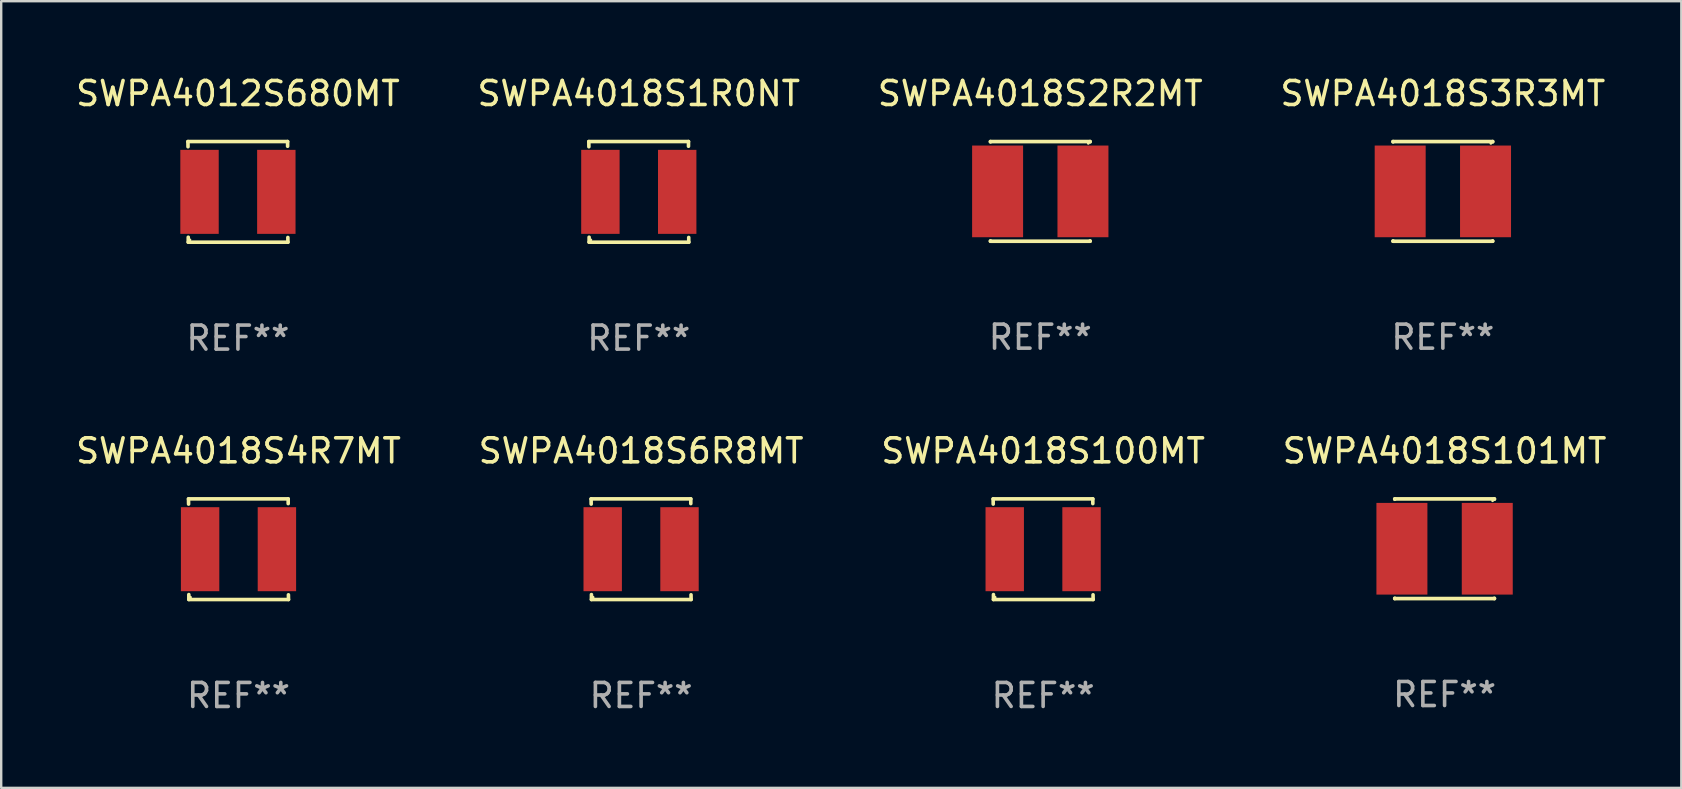
<source format=kicad_pcb>
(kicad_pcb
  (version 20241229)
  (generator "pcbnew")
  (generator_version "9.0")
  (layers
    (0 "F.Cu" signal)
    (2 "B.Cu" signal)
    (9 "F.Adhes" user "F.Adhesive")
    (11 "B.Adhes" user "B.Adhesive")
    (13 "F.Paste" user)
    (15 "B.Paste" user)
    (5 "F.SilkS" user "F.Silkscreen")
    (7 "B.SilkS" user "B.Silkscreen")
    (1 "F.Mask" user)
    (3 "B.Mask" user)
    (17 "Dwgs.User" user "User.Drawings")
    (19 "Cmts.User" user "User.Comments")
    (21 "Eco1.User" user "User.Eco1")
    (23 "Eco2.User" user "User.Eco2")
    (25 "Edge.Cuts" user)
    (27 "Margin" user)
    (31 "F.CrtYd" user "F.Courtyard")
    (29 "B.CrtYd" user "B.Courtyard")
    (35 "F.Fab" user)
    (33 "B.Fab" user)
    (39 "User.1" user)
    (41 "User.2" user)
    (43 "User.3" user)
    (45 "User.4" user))
  (footprint "SWPA4018S6R8MT"
    (layer "F.Cu")
    (at 23.661 19.832)
    (property "Reference" "SWPA4018S6R8MT" (at 0 -4.096 0) (layer "F.SilkS") (effects (font (size 1 1) (thickness 0.15))))
    (attr through_hole)
    (fp_line (start -2.083 -2.096) (end -2.08 -1.88) (stroke (width 0.15) (type solid)) (layer "F.SilkS"))
    (fp_line (start -2.07 1.89) (end -2.07 2.096) (stroke (width 0.15) (type solid)) (layer "F.SilkS"))
    (fp_line (start -2.07 2.096) (end 2.083 2.096) (stroke (width 0.15) (type solid)) (layer "F.SilkS"))
    (fp_line (start 2.07 -1.9) (end 2.07 -2.096) (stroke (width 0.15) (type solid)) (layer "F.SilkS"))
    (fp_line (start 2.07 -2.096) (end -2.083 -2.096) (stroke (width 0.15) (type solid)) (layer "F.SilkS"))
    (fp_line (start 2.083 2.096) (end 2.08 1.9) (stroke (width 0.15) (type solid)) (layer "F.SilkS"))
    (fp_circle (center -2 2) (end -1.97 2) (stroke (width 0.06) (type solid)) (fill no) (layer "F.SilkS"))
    (fp_text user "REF**" (at 0 6.096 0) (layer "F.Fab") (effects (font (size 1 1) (thickness 0.15))))
    (pad "1" smd rect (at -1.6 -0.000343) (size 1.6 3.5) (layers "F.Cu" "F.Mask" "F.Paste"))
    (pad "2" smd rect (at 1.6 -0.000343) (size 1.6 3.5) (layers "F.Cu" "F.Mask" "F.Paste")))
  (footprint "SWPA4018S101MT"
    (layer "F.Cu")
    (at 57.137 19.813)
    (property "Reference" "SWPA4018S101MT" (at 0 -4.076 0) (layer "F.SilkS") (effects (font (size 1 1) (thickness 0.15))))
    (attr through_hole)
    (fp_line (start -2.076 -2.076) (end 2.076 -2.076) (stroke (width 0.152) (type solid)) (layer "F.SilkS"))
    (fp_line (start -2.076 -2.062) (end -2.076 -2.076) (stroke (width 0.152) (type solid)) (layer "F.SilkS"))
    (fp_line (start -2.076 2.062) (end -2.076 2.076) (stroke (width 0.152) (type solid)) (layer "F.SilkS"))
    (fp_line (start -2.076 2.076) (end 2.076 2.076) (stroke (width 0.152) (type solid)) (layer "F.SilkS"))
    (fp_line (start 2.076 -2.076) (end 2.076 -2.062) (stroke (width 0.152) (type solid)) (layer "F.SilkS"))
    (fp_line (start 2.076 2.076) (end 2.076 2.062) (stroke (width 0.152) (type solid)) (layer "F.SilkS"))
    (fp_circle (center 2 -2) (end 2.03 -2) (stroke (width 0.06) (type solid)) (fill no) (layer "F.SilkS"))
    (fp_text user "REF**" (at 0 6.076 0) (layer "F.Fab") (effects (font (size 1 1) (thickness 0.15))))
    (pad "1" smd rect (at 1.778 0) (size 2.124 3.82) (layers "F.Cu" "F.Mask" "F.Paste"))
    (pad "2" smd rect (at -1.778 0) (size 2.124 3.82) (layers "F.Cu" "F.Mask" "F.Paste")))
  (footprint "SWPA4012S680MT"
    (layer "F.Cu")
    (at 6.863 4.944)
    (property "Reference" "SWPA4012S680MT" (at 0 -4.096 0) (layer "F.SilkS") (effects (font (size 1 1) (thickness 0.15))))
    (attr through_hole)
    (fp_line (start -2.083 -2.096) (end -2.08 -1.88) (stroke (width 0.15) (type solid)) (layer "F.SilkS"))
    (fp_line (start -2.07 1.89) (end -2.07 2.096) (stroke (width 0.15) (type solid)) (layer "F.SilkS"))
    (fp_line (start -2.07 2.096) (end 2.083 2.096) (stroke (width 0.15) (type solid)) (layer "F.SilkS"))
    (fp_line (start 2.07 -1.9) (end 2.07 -2.096) (stroke (width 0.15) (type solid)) (layer "F.SilkS"))
    (fp_line (start 2.07 -2.096) (end -2.083 -2.096) (stroke (width 0.15) (type solid)) (layer "F.SilkS"))
    (fp_line (start 2.083 2.096) (end 2.08 1.9) (stroke (width 0.15) (type solid)) (layer "F.SilkS"))
    (fp_circle (center -2 2) (end -1.97 2) (stroke (width 0.06) (type solid)) (fill no) (layer "F.SilkS"))
    (fp_text user "REF**" (at 0 6.096 0) (layer "F.Fab") (effects (font (size 1 1) (thickness 0.15))))
    (pad "1" smd rect (at -1.6 -0.000343) (size 1.6 3.5) (layers "F.Cu" "F.Mask" "F.Paste"))
    (pad "2" smd rect (at 1.6 -0.000343) (size 1.6 3.5) (layers "F.Cu" "F.Mask" "F.Paste")))
  (footprint "SWPA4018S1R0NT"
    (layer "F.Cu")
    (at 23.565 4.944)
    (property "Reference" "SWPA4018S1R0NT" (at 0 -4.096 0) (layer "F.SilkS") (effects (font (size 1 1) (thickness 0.15))))
    (attr through_hole)
    (fp_line (start -2.083 -2.096) (end -2.08 -1.88) (stroke (width 0.15) (type solid)) (layer "F.SilkS"))
    (fp_line (start -2.07 1.89) (end -2.07 2.096) (stroke (width 0.15) (type solid)) (layer "F.SilkS"))
    (fp_line (start -2.07 2.096) (end 2.083 2.096) (stroke (width 0.15) (type solid)) (layer "F.SilkS"))
    (fp_line (start 2.07 -1.9) (end 2.07 -2.096) (stroke (width 0.15) (type solid)) (layer "F.SilkS"))
    (fp_line (start 2.07 -2.096) (end -2.083 -2.096) (stroke (width 0.15) (type solid)) (layer "F.SilkS"))
    (fp_line (start 2.083 2.096) (end 2.08 1.9) (stroke (width 0.15) (type solid)) (layer "F.SilkS"))
    (fp_circle (center -2 2) (end -1.97 2) (stroke (width 0.06) (type solid)) (fill no) (layer "F.SilkS"))
    (fp_text user "REF**" (at 0 6.096 0) (layer "F.Fab") (effects (font (size 1 1) (thickness 0.15))))
    (pad "1" smd rect (at -1.6 -0.000343) (size 1.6 3.5) (layers "F.Cu" "F.Mask" "F.Paste"))
    (pad "2" smd rect (at 1.6 -0.000343) (size 1.6 3.5) (layers "F.Cu" "F.Mask" "F.Paste")))
  (footprint "SWPA4018S4R7MT"
    (layer "F.Cu")
    (at 6.887 19.832)
    (property "Reference" "SWPA4018S4R7MT" (at 0 -4.096 0) (layer "F.SilkS") (effects (font (size 1 1) (thickness 0.15))))
    (attr through_hole)
    (fp_line (start -2.083 -2.096) (end -2.08 -1.88) (stroke (width 0.15) (type solid)) (layer "F.SilkS"))
    (fp_line (start -2.07 1.89) (end -2.07 2.096) (stroke (width 0.15) (type solid)) (layer "F.SilkS"))
    (fp_line (start -2.07 2.096) (end 2.083 2.096) (stroke (width 0.15) (type solid)) (layer "F.SilkS"))
    (fp_line (start 2.07 -1.9) (end 2.07 -2.096) (stroke (width 0.15) (type solid)) (layer "F.SilkS"))
    (fp_line (start 2.07 -2.096) (end -2.083 -2.096) (stroke (width 0.15) (type solid)) (layer "F.SilkS"))
    (fp_line (start 2.083 2.096) (end 2.08 1.9) (stroke (width 0.15) (type solid)) (layer "F.SilkS"))
    (fp_circle (center -2 2) (end -1.97 2) (stroke (width 0.06) (type solid)) (fill no) (layer "F.SilkS"))
    (fp_text user "REF**" (at 0 6.096 0) (layer "F.Fab") (effects (font (size 1 1) (thickness 0.15))))
    (pad "1" smd rect (at -1.6 -0.000343) (size 1.6 3.5) (layers "F.Cu" "F.Mask" "F.Paste"))
    (pad "2" smd rect (at 1.6 -0.000343) (size 1.6 3.5) (layers "F.Cu" "F.Mask" "F.Paste")))
  (footprint "SWPA4018S100MT"
    (layer "F.Cu")
    (at 40.411 19.832)
    (property "Reference" "SWPA4018S100MT" (at 0 -4.096 0) (layer "F.SilkS") (effects (font (size 1 1) (thickness 0.15))))
    (attr through_hole)
    (fp_line (start -2.083 -2.096) (end -2.08 -1.88) (stroke (width 0.15) (type solid)) (layer "F.SilkS"))
    (fp_line (start -2.07 1.89) (end -2.07 2.096) (stroke (width 0.15) (type solid)) (layer "F.SilkS"))
    (fp_line (start -2.07 2.096) (end 2.083 2.096) (stroke (width 0.15) (type solid)) (layer "F.SilkS"))
    (fp_line (start 2.07 -1.9) (end 2.07 -2.096) (stroke (width 0.15) (type solid)) (layer "F.SilkS"))
    (fp_line (start 2.07 -2.096) (end -2.083 -2.096) (stroke (width 0.15) (type solid)) (layer "F.SilkS"))
    (fp_line (start 2.083 2.096) (end 2.08 1.9) (stroke (width 0.15) (type solid)) (layer "F.SilkS"))
    (fp_circle (center -2 2) (end -1.97 2) (stroke (width 0.06) (type solid)) (fill no) (layer "F.SilkS"))
    (fp_text user "REF**" (at 0 6.096 0) (layer "F.Fab") (effects (font (size 1 1) (thickness 0.15))))
    (pad "1" smd rect (at -1.6 -0.000343) (size 1.6 3.5) (layers "F.Cu" "F.Mask" "F.Paste"))
    (pad "2" smd rect (at 1.6 -0.000343) (size 1.6 3.5) (layers "F.Cu" "F.Mask" "F.Paste")))
  (footprint "SWPA4018S2R2MT"
    (layer "F.Cu")
    (at 40.292 4.924)
    (property "Reference" "SWPA4018S2R2MT" (at 0 -4.076 0) (layer "F.SilkS") (effects (font (size 1 1) (thickness 0.15))))
    (attr through_hole)
    (fp_line (start -2.076 -2.076) (end 2.076 -2.076) (stroke (width 0.152) (type solid)) (layer "F.SilkS"))
    (fp_line (start -2.076 -2.062) (end -2.076 -2.076) (stroke (width 0.152) (type solid)) (layer "F.SilkS"))
    (fp_line (start -2.076 2.062) (end -2.076 2.076) (stroke (width 0.152) (type solid)) (layer "F.SilkS"))
    (fp_line (start -2.076 2.076) (end 2.076 2.076) (stroke (width 0.152) (type solid)) (layer "F.SilkS"))
    (fp_line (start 2.076 -2.076) (end 2.076 -2.062) (stroke (width 0.152) (type solid)) (layer "F.SilkS"))
    (fp_line (start 2.076 2.076) (end 2.076 2.062) (stroke (width 0.152) (type solid)) (layer "F.SilkS"))
    (fp_circle (center 2 -2) (end 2.03 -2) (stroke (width 0.06) (type solid)) (fill no) (layer "F.SilkS"))
    (fp_text user "REF**" (at 0 6.076 0) (layer "F.Fab") (effects (font (size 1 1) (thickness 0.15))))
    (pad "1" smd rect (at 1.778 0) (size 2.124 3.82) (layers "F.Cu" "F.Mask" "F.Paste"))
    (pad "2" smd rect (at -1.778 0) (size 2.124 3.82) (layers "F.Cu" "F.Mask" "F.Paste")))
  (footprint "SWPA4018S3R3MT"
    (layer "F.Cu")
    (at 57.065 4.924)
    (property "Reference" "SWPA4018S3R3MT" (at 0 -4.076 0) (layer "F.SilkS") (effects (font (size 1 1) (thickness 0.15))))
    (attr through_hole)
    (fp_line (start -2.076 -2.076) (end 2.076 -2.076) (stroke (width 0.152) (type solid)) (layer "F.SilkS"))
    (fp_line (start -2.076 -2.062) (end -2.076 -2.076) (stroke (width 0.152) (type solid)) (layer "F.SilkS"))
    (fp_line (start -2.076 2.062) (end -2.076 2.076) (stroke (width 0.152) (type solid)) (layer "F.SilkS"))
    (fp_line (start -2.076 2.076) (end 2.076 2.076) (stroke (width 0.152) (type solid)) (layer "F.SilkS"))
    (fp_line (start 2.076 -2.076) (end 2.076 -2.062) (stroke (width 0.152) (type solid)) (layer "F.SilkS"))
    (fp_line (start 2.076 2.076) (end 2.076 2.062) (stroke (width 0.152) (type solid)) (layer "F.SilkS"))
    (fp_circle (center 2 -2) (end 2.03 -2) (stroke (width 0.06) (type solid)) (fill no) (layer "F.SilkS"))
    (fp_text user "REF**" (at 0 6.076 0) (layer "F.Fab") (effects (font (size 1 1) (thickness 0.15))))
    (pad "1" smd rect (at 1.778 0) (size 2.124 3.82) (layers "F.Cu" "F.Mask" "F.Paste"))
    (pad "2" smd rect (at -1.778 0) (size 2.124 3.82) (layers "F.Cu" "F.Mask" "F.Paste")))
  (gr_rect
    (start -3 -3)
    (end 67 29.776)
    (stroke (width 0.1) (type default))
    (fill no)
    (layer "Edge.Cuts")))
</source>
